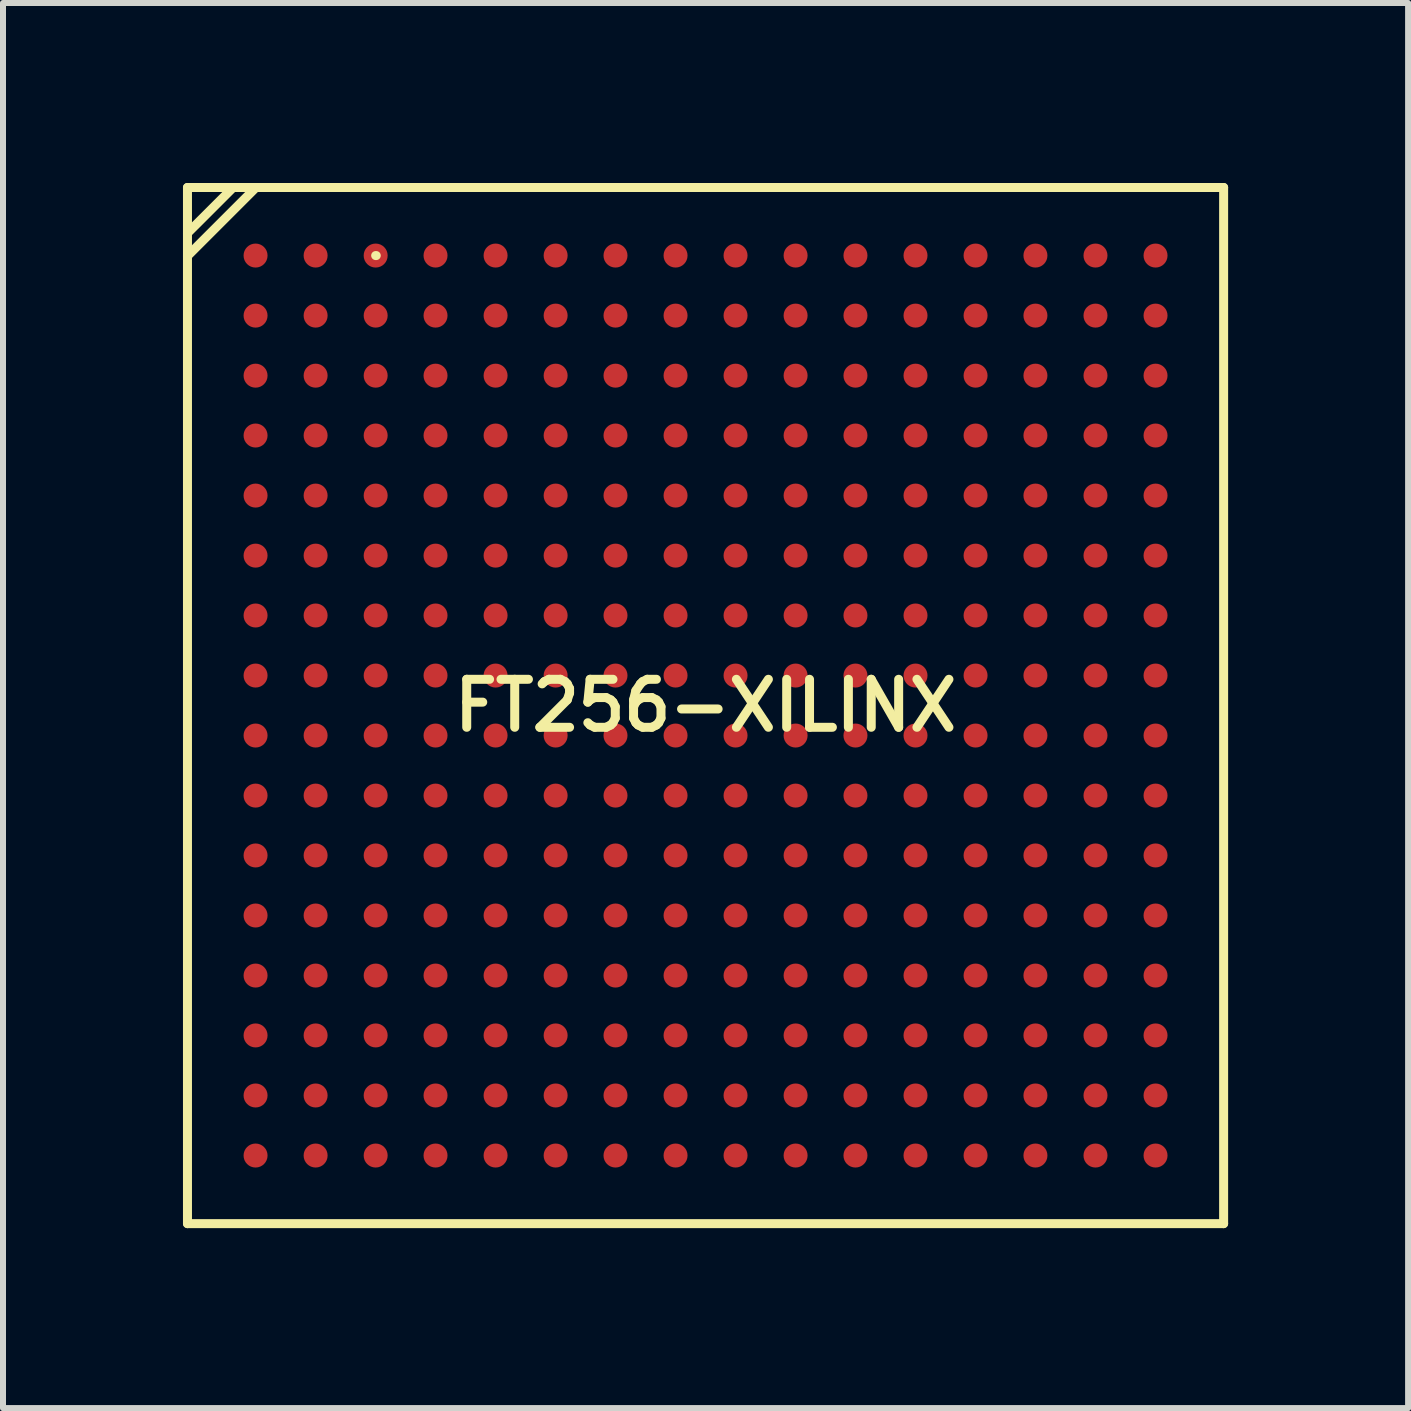
<source format=kicad_pcb>
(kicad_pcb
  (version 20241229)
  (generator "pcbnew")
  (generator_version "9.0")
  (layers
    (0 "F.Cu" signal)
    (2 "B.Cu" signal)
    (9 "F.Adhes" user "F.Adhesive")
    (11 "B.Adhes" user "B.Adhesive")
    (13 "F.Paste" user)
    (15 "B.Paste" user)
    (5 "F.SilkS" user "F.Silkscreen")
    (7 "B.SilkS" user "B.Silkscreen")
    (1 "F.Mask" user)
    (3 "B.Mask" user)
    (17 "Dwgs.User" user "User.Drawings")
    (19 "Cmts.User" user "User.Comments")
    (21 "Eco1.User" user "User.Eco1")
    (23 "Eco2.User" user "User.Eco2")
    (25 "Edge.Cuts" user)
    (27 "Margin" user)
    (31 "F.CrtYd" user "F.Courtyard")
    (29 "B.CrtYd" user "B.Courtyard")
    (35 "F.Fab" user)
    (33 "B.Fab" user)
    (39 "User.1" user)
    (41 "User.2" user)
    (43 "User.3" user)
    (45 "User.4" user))
  (footprint "FT256-XILINX"
    (layer "F.Cu")
    (at 8.711 8.711)
    (property "Reference" "FT256-XILINX" (at 0 0 0) (layer "F.SilkS") (effects (font (size 0.8 0.8) (thickness 0.15))))
    (attr smd)
    (fp_line (start -8.636 -8.636) (end 8.636 -8.636) (stroke (width 0.15) (type solid)) (layer "F.SilkS"))
    (fp_line (start -8.636 -7.874) (end -7.874 -8.636) (stroke (width 0.15) (type solid)) (layer "F.SilkS"))
    (fp_line (start -8.636 -7.493) (end -7.493 -8.636) (stroke (width 0.15) (type solid)) (layer "F.SilkS"))
    (fp_line (start -8.636 8.636) (end -8.636 -8.636) (stroke (width 0.15) (type solid)) (layer "F.SilkS"))
    (fp_line (start -5.499 -7.501) (end -5.489 -7.501) (stroke (width 0.15) (type solid)) (layer "F.SilkS"))
    (fp_line (start 8.636 -8.636) (end 8.636 8.636) (stroke (width 0.15) (type solid)) (layer "F.SilkS"))
    (fp_line (start 8.636 8.636) (end -8.636 8.636) (stroke (width 0.15) (type solid)) (layer "F.SilkS"))
    (pad "A1" smd circle (at -7.501 -7.501) (size 0.4 0.4) (layers "F.Cu" "F.Mask" "F.Paste"))
    (pad "A2" smd circle (at -6.5 -7.501) (size 0.4 0.4) (layers "F.Cu" "F.Mask" "F.Paste"))
    (pad "A3" smd circle (at -5.499 -7.501) (size 0.4 0.4) (layers "F.Cu" "F.Mask" "F.Paste"))
    (pad "A4" smd circle (at -4.501 -7.501) (size 0.4 0.4) (layers "F.Cu" "F.Mask" "F.Paste"))
    (pad "A5" smd circle (at -3.5 -7.501) (size 0.4 0.4) (layers "F.Cu" "F.Mask" "F.Paste"))
    (pad "A6" smd circle (at -2.499 -7.501) (size 0.4 0.4) (layers "F.Cu" "F.Mask" "F.Paste"))
    (pad "A7" smd circle (at -1.501 -7.501) (size 0.4 0.4) (layers "F.Cu" "F.Mask" "F.Paste"))
    (pad "A8" smd circle (at -0.5 -7.501) (size 0.4 0.4) (layers "F.Cu" "F.Mask" "F.Paste"))
    (pad "A9" smd circle (at 0.5 -7.501) (size 0.4 0.4) (layers "F.Cu" "F.Mask" "F.Paste"))
    (pad "A10" smd circle (at 1.501 -7.501) (size 0.4 0.4) (layers "F.Cu" "F.Mask" "F.Paste"))
    (pad "A11" smd circle (at 2.499 -7.501) (size 0.4 0.4) (layers "F.Cu" "F.Mask" "F.Paste"))
    (pad "A12" smd circle (at 3.5 -7.501) (size 0.4 0.4) (layers "F.Cu" "F.Mask" "F.Paste"))
    (pad "A13" smd circle (at 4.501 -7.501) (size 0.4 0.4) (layers "F.Cu" "F.Mask" "F.Paste"))
    (pad "A14" smd circle (at 5.499 -7.501) (size 0.4 0.4) (layers "F.Cu" "F.Mask" "F.Paste"))
    (pad "A15" smd circle (at 6.5 -7.501) (size 0.4 0.4) (layers "F.Cu" "F.Mask" "F.Paste"))
    (pad "A16" smd circle (at 7.501 -7.501) (size 0.4 0.4) (layers "F.Cu" "F.Mask" "F.Paste"))
    (pad "B1" smd circle (at -7.501 -6.5) (size 0.4 0.4) (layers "F.Cu" "F.Mask" "F.Paste"))
    (pad "B2" smd circle (at -6.5 -6.5) (size 0.4 0.4) (layers "F.Cu" "F.Mask" "F.Paste"))
    (pad "B3" smd circle (at -5.499 -6.5) (size 0.4 0.4) (layers "F.Cu" "F.Mask" "F.Paste"))
    (pad "B4" smd circle (at -4.501 -6.5) (size 0.4 0.4) (layers "F.Cu" "F.Mask" "F.Paste"))
    (pad "B5" smd circle (at -3.5 -6.5) (size 0.4 0.4) (layers "F.Cu" "F.Mask" "F.Paste"))
    (pad "B6" smd circle (at -2.499 -6.5) (size 0.4 0.4) (layers "F.Cu" "F.Mask" "F.Paste"))
    (pad "B7" smd circle (at -1.501 -6.5) (size 0.4 0.4) (layers "F.Cu" "F.Mask" "F.Paste"))
    (pad "B8" smd circle (at -0.5 -6.5) (size 0.4 0.4) (layers "F.Cu" "F.Mask" "F.Paste"))
    (pad "B9" smd circle (at 0.5 -6.5) (size 0.4 0.4) (layers "F.Cu" "F.Mask" "F.Paste"))
    (pad "B10" smd circle (at 1.501 -6.5) (size 0.4 0.4) (layers "F.Cu" "F.Mask" "F.Paste"))
    (pad "B11" smd circle (at 2.499 -6.5) (size 0.4 0.4) (layers "F.Cu" "F.Mask" "F.Paste"))
    (pad "B12" smd circle (at 3.5 -6.5) (size 0.4 0.4) (layers "F.Cu" "F.Mask" "F.Paste"))
    (pad "B13" smd circle (at 4.501 -6.5) (size 0.4 0.4) (layers "F.Cu" "F.Mask" "F.Paste"))
    (pad "B14" smd circle (at 5.499 -6.5) (size 0.4 0.4) (layers "F.Cu" "F.Mask" "F.Paste"))
    (pad "B15" smd circle (at 6.5 -6.5) (size 0.4 0.4) (layers "F.Cu" "F.Mask" "F.Paste"))
    (pad "B16" smd circle (at 7.501 -6.5) (size 0.4 0.4) (layers "F.Cu" "F.Mask" "F.Paste"))
    (pad "C1" smd circle (at -7.501 -5.499) (size 0.4 0.4) (layers "F.Cu" "F.Mask" "F.Paste"))
    (pad "C2" smd circle (at -6.5 -5.499) (size 0.4 0.4) (layers "F.Cu" "F.Mask" "F.Paste"))
    (pad "C3" smd circle (at -5.499 -5.499) (size 0.4 0.4) (layers "F.Cu" "F.Mask" "F.Paste"))
    (pad "C4" smd circle (at -4.501 -5.499) (size 0.4 0.4) (layers "F.Cu" "F.Mask" "F.Paste"))
    (pad "C5" smd circle (at -3.5 -5.499) (size 0.4 0.4) (layers "F.Cu" "F.Mask" "F.Paste"))
    (pad "C6" smd circle (at -2.499 -5.499) (size 0.4 0.4) (layers "F.Cu" "F.Mask" "F.Paste"))
    (pad "C7" smd circle (at -1.501 -5.499) (size 0.4 0.4) (layers "F.Cu" "F.Mask" "F.Paste"))
    (pad "C8" smd circle (at -0.5 -5.499) (size 0.4 0.4) (layers "F.Cu" "F.Mask" "F.Paste"))
    (pad "C9" smd circle (at 0.5 -5.499) (size 0.4 0.4) (layers "F.Cu" "F.Mask" "F.Paste"))
    (pad "C10" smd circle (at 1.501 -5.499) (size 0.4 0.4) (layers "F.Cu" "F.Mask" "F.Paste"))
    (pad "C11" smd circle (at 2.499 -5.499) (size 0.4 0.4) (layers "F.Cu" "F.Mask" "F.Paste"))
    (pad "C12" smd circle (at 3.5 -5.499) (size 0.4 0.4) (layers "F.Cu" "F.Mask" "F.Paste"))
    (pad "C13" smd circle (at 4.501 -5.499) (size 0.4 0.4) (layers "F.Cu" "F.Mask" "F.Paste"))
    (pad "C14" smd circle (at 5.499 -5.499) (size 0.4 0.4) (layers "F.Cu" "F.Mask" "F.Paste"))
    (pad "C15" smd circle (at 6.5 -5.499) (size 0.4 0.4) (layers "F.Cu" "F.Mask" "F.Paste"))
    (pad "C16" smd circle (at 7.501 -5.499) (size 0.4 0.4) (layers "F.Cu" "F.Mask" "F.Paste"))
    (pad "D1" smd circle (at -7.501 -4.501) (size 0.4 0.4) (layers "F.Cu" "F.Mask" "F.Paste"))
    (pad "D2" smd circle (at -6.5 -4.501) (size 0.4 0.4) (layers "F.Cu" "F.Mask" "F.Paste"))
    (pad "D3" smd circle (at -5.499 -4.501) (size 0.4 0.4) (layers "F.Cu" "F.Mask" "F.Paste"))
    (pad "D4" smd circle (at -4.501 -4.501) (size 0.4 0.4) (layers "F.Cu" "F.Mask" "F.Paste"))
    (pad "D5" smd circle (at -3.5 -4.501) (size 0.4 0.4) (layers "F.Cu" "F.Mask" "F.Paste"))
    (pad "D6" smd circle (at -2.499 -4.501) (size 0.4 0.4) (layers "F.Cu" "F.Mask" "F.Paste"))
    (pad "D7" smd circle (at -1.501 -4.501) (size 0.4 0.4) (layers "F.Cu" "F.Mask" "F.Paste"))
    (pad "D8" smd circle (at -0.5 -4.501) (size 0.4 0.4) (layers "F.Cu" "F.Mask" "F.Paste"))
    (pad "D9" smd circle (at 0.5 -4.501) (size 0.4 0.4) (layers "F.Cu" "F.Mask" "F.Paste"))
    (pad "D10" smd circle (at 1.501 -4.501) (size 0.4 0.4) (layers "F.Cu" "F.Mask" "F.Paste"))
    (pad "D11" smd circle (at 2.499 -4.501) (size 0.4 0.4) (layers "F.Cu" "F.Mask" "F.Paste"))
    (pad "D12" smd circle (at 3.5 -4.501) (size 0.4 0.4) (layers "F.Cu" "F.Mask" "F.Paste"))
    (pad "D13" smd circle (at 4.501 -4.501) (size 0.4 0.4) (layers "F.Cu" "F.Mask" "F.Paste"))
    (pad "D14" smd circle (at 5.499 -4.501) (size 0.4 0.4) (layers "F.Cu" "F.Mask" "F.Paste"))
    (pad "D15" smd circle (at 6.5 -4.501) (size 0.4 0.4) (layers "F.Cu" "F.Mask" "F.Paste"))
    (pad "D16" smd circle (at 7.501 -4.501) (size 0.4 0.4) (layers "F.Cu" "F.Mask" "F.Paste"))
    (pad "E1" smd circle (at -7.501 -3.5) (size 0.4 0.4) (layers "F.Cu" "F.Mask" "F.Paste"))
    (pad "E2" smd circle (at -6.5 -3.5) (size 0.4 0.4) (layers "F.Cu" "F.Mask" "F.Paste"))
    (pad "E3" smd circle (at -5.499 -3.5) (size 0.4 0.4) (layers "F.Cu" "F.Mask" "F.Paste"))
    (pad "E4" smd circle (at -4.501 -3.5) (size 0.4 0.4) (layers "F.Cu" "F.Mask" "F.Paste"))
    (pad "E5" smd circle (at -3.5 -3.5) (size 0.4 0.4) (layers "F.Cu" "F.Mask" "F.Paste"))
    (pad "E6" smd circle (at -2.499 -3.5) (size 0.4 0.4) (layers "F.Cu" "F.Mask" "F.Paste"))
    (pad "E7" smd circle (at -1.501 -3.5) (size 0.4 0.4) (layers "F.Cu" "F.Mask" "F.Paste"))
    (pad "E8" smd circle (at -0.5 -3.5) (size 0.4 0.4) (layers "F.Cu" "F.Mask" "F.Paste"))
    (pad "E9" smd circle (at 0.5 -3.5) (size 0.4 0.4) (layers "F.Cu" "F.Mask" "F.Paste"))
    (pad "E10" smd circle (at 1.501 -3.5) (size 0.4 0.4) (layers "F.Cu" "F.Mask" "F.Paste"))
    (pad "E11" smd circle (at 2.499 -3.5) (size 0.4 0.4) (layers "F.Cu" "F.Mask" "F.Paste"))
    (pad "E12" smd circle (at 3.5 -3.5) (size 0.4 0.4) (layers "F.Cu" "F.Mask" "F.Paste"))
    (pad "E13" smd circle (at 4.501 -3.5) (size 0.4 0.4) (layers "F.Cu" "F.Mask" "F.Paste"))
    (pad "E14" smd circle (at 5.499 -3.5) (size 0.4 0.4) (layers "F.Cu" "F.Mask" "F.Paste"))
    (pad "E15" smd circle (at 6.5 -3.5) (size 0.4 0.4) (layers "F.Cu" "F.Mask" "F.Paste"))
    (pad "E16" smd circle (at 7.501 -3.5) (size 0.4 0.4) (layers "F.Cu" "F.Mask" "F.Paste"))
    (pad "F1" smd circle (at -7.501 -2.499) (size 0.4 0.4) (layers "F.Cu" "F.Mask" "F.Paste"))
    (pad "F2" smd circle (at -6.5 -2.499) (size 0.4 0.4) (layers "F.Cu" "F.Mask" "F.Paste"))
    (pad "F3" smd circle (at -5.499 -2.499) (size 0.4 0.4) (layers "F.Cu" "F.Mask" "F.Paste"))
    (pad "F4" smd circle (at -4.501 -2.499) (size 0.4 0.4) (layers "F.Cu" "F.Mask" "F.Paste"))
    (pad "F5" smd circle (at -3.5 -2.499) (size 0.4 0.4) (layers "F.Cu" "F.Mask" "F.Paste"))
    (pad "F6" smd circle (at -2.499 -2.499) (size 0.4 0.4) (layers "F.Cu" "F.Mask" "F.Paste"))
    (pad "F7" smd circle (at -1.501 -2.499) (size 0.4 0.4) (layers "F.Cu" "F.Mask" "F.Paste"))
    (pad "F8" smd circle (at -0.5 -2.499) (size 0.4 0.4) (layers "F.Cu" "F.Mask" "F.Paste"))
    (pad "F9" smd circle (at 0.5 -2.499) (size 0.4 0.4) (layers "F.Cu" "F.Mask" "F.Paste"))
    (pad "F10" smd circle (at 1.501 -2.499) (size 0.4 0.4) (layers "F.Cu" "F.Mask" "F.Paste"))
    (pad "F11" smd circle (at 2.499 -2.499) (size 0.4 0.4) (layers "F.Cu" "F.Mask" "F.Paste"))
    (pad "F12" smd circle (at 3.5 -2.499) (size 0.4 0.4) (layers "F.Cu" "F.Mask" "F.Paste"))
    (pad "F13" smd circle (at 4.501 -2.499) (size 0.4 0.4) (layers "F.Cu" "F.Mask" "F.Paste"))
    (pad "F14" smd circle (at 5.499 -2.499) (size 0.4 0.4) (layers "F.Cu" "F.Mask" "F.Paste"))
    (pad "F15" smd circle (at 6.5 -2.499) (size 0.4 0.4) (layers "F.Cu" "F.Mask" "F.Paste"))
    (pad "F16" smd circle (at 7.501 -2.499) (size 0.4 0.4) (layers "F.Cu" "F.Mask" "F.Paste"))
    (pad "G1" smd circle (at -7.501 -1.501) (size 0.4 0.4) (layers "F.Cu" "F.Mask" "F.Paste"))
    (pad "G2" smd circle (at -6.5 -1.501) (size 0.4 0.4) (layers "F.Cu" "F.Mask" "F.Paste"))
    (pad "G3" smd circle (at -5.499 -1.501) (size 0.4 0.4) (layers "F.Cu" "F.Mask" "F.Paste"))
    (pad "G4" smd circle (at -4.501 -1.501) (size 0.4 0.4) (layers "F.Cu" "F.Mask" "F.Paste"))
    (pad "G5" smd circle (at -3.5 -1.501) (size 0.4 0.4) (layers "F.Cu" "F.Mask" "F.Paste"))
    (pad "G6" smd circle (at -2.499 -1.501) (size 0.4 0.4) (layers "F.Cu" "F.Mask" "F.Paste"))
    (pad "G7" smd circle (at -1.501 -1.501) (size 0.4 0.4) (layers "F.Cu" "F.Mask" "F.Paste"))
    (pad "G8" smd circle (at -0.5 -1.501) (size 0.4 0.4) (layers "F.Cu" "F.Mask" "F.Paste"))
    (pad "G9" smd circle (at 0.5 -1.501) (size 0.4 0.4) (layers "F.Cu" "F.Mask" "F.Paste"))
    (pad "G10" smd circle (at 1.501 -1.501) (size 0.4 0.4) (layers "F.Cu" "F.Mask" "F.Paste"))
    (pad "G11" smd circle (at 2.499 -1.501) (size 0.4 0.4) (layers "F.Cu" "F.Mask" "F.Paste"))
    (pad "G12" smd circle (at 3.5 -1.501) (size 0.4 0.4) (layers "F.Cu" "F.Mask" "F.Paste"))
    (pad "G13" smd circle (at 4.501 -1.501) (size 0.4 0.4) (layers "F.Cu" "F.Mask" "F.Paste"))
    (pad "G14" smd circle (at 5.499 -1.501) (size 0.4 0.4) (layers "F.Cu" "F.Mask" "F.Paste"))
    (pad "G15" smd circle (at 6.5 -1.501) (size 0.4 0.4) (layers "F.Cu" "F.Mask" "F.Paste"))
    (pad "G16" smd circle (at 7.501 -1.501) (size 0.4 0.4) (layers "F.Cu" "F.Mask" "F.Paste"))
    (pad "H1" smd circle (at -7.501 -0.5) (size 0.4 0.4) (layers "F.Cu" "F.Mask" "F.Paste"))
    (pad "H2" smd circle (at -6.5 -0.5) (size 0.4 0.4) (layers "F.Cu" "F.Mask" "F.Paste"))
    (pad "H3" smd circle (at -5.499 -0.5) (size 0.4 0.4) (layers "F.Cu" "F.Mask" "F.Paste"))
    (pad "H4" smd circle (at -4.501 -0.5) (size 0.4 0.4) (layers "F.Cu" "F.Mask" "F.Paste"))
    (pad "H5" smd circle (at -3.5 -0.5) (size 0.4 0.4) (layers "F.Cu" "F.Mask" "F.Paste"))
    (pad "H6" smd circle (at -2.499 -0.5) (size 0.4 0.4) (layers "F.Cu" "F.Mask" "F.Paste"))
    (pad "H7" smd circle (at -1.501 -0.5) (size 0.4 0.4) (layers "F.Cu" "F.Mask" "F.Paste"))
    (pad "H8" smd circle (at -0.5 -0.5) (size 0.4 0.4) (layers "F.Cu" "F.Mask" "F.Paste"))
    (pad "H9" smd circle (at 0.5 -0.5) (size 0.4 0.4) (layers "F.Cu" "F.Mask" "F.Paste"))
    (pad "H10" smd circle (at 1.501 -0.5) (size 0.4 0.4) (layers "F.Cu" "F.Mask" "F.Paste"))
    (pad "H11" smd circle (at 2.499 -0.5) (size 0.4 0.4) (layers "F.Cu" "F.Mask" "F.Paste"))
    (pad "H12" smd circle (at 3.5 -0.5) (size 0.4 0.4) (layers "F.Cu" "F.Mask" "F.Paste"))
    (pad "H13" smd circle (at 4.501 -0.5) (size 0.4 0.4) (layers "F.Cu" "F.Mask" "F.Paste"))
    (pad "H14" smd circle (at 5.499 -0.5) (size 0.4 0.4) (layers "F.Cu" "F.Mask" "F.Paste"))
    (pad "H15" smd circle (at 6.5 -0.5) (size 0.4 0.4) (layers "F.Cu" "F.Mask" "F.Paste"))
    (pad "H16" smd circle (at 7.501 -0.5) (size 0.4 0.4) (layers "F.Cu" "F.Mask" "F.Paste"))
    (pad "J1" smd circle (at -7.501 0.5) (size 0.4 0.4) (layers "F.Cu" "F.Mask" "F.Paste"))
    (pad "J2" smd circle (at -6.5 0.5) (size 0.4 0.4) (layers "F.Cu" "F.Mask" "F.Paste"))
    (pad "J3" smd circle (at -5.499 0.5) (size 0.4 0.4) (layers "F.Cu" "F.Mask" "F.Paste"))
    (pad "J4" smd circle (at -4.501 0.5) (size 0.4 0.4) (layers "F.Cu" "F.Mask" "F.Paste"))
    (pad "J5" smd circle (at -3.5 0.5) (size 0.4 0.4) (layers "F.Cu" "F.Mask" "F.Paste"))
    (pad "J6" smd circle (at -2.499 0.5) (size 0.4 0.4) (layers "F.Cu" "F.Mask" "F.Paste"))
    (pad "J7" smd circle (at -1.501 0.5) (size 0.4 0.4) (layers "F.Cu" "F.Mask" "F.Paste"))
    (pad "J8" smd circle (at -0.5 0.5) (size 0.4 0.4) (layers "F.Cu" "F.Mask" "F.Paste"))
    (pad "J9" smd circle (at 0.5 0.5) (size 0.4 0.4) (layers "F.Cu" "F.Mask" "F.Paste"))
    (pad "J10" smd circle (at 1.501 0.5) (size 0.4 0.4) (layers "F.Cu" "F.Mask" "F.Paste"))
    (pad "J11" smd circle (at 2.499 0.5) (size 0.4 0.4) (layers "F.Cu" "F.Mask" "F.Paste"))
    (pad "J12" smd circle (at 3.5 0.5) (size 0.4 0.4) (layers "F.Cu" "F.Mask" "F.Paste"))
    (pad "J13" smd circle (at 4.501 0.5) (size 0.4 0.4) (layers "F.Cu" "F.Mask" "F.Paste"))
    (pad "J14" smd circle (at 5.499 0.5) (size 0.4 0.4) (layers "F.Cu" "F.Mask" "F.Paste"))
    (pad "J15" smd circle (at 6.5 0.5) (size 0.4 0.4) (layers "F.Cu" "F.Mask" "F.Paste"))
    (pad "J16" smd circle (at 7.501 0.5) (size 0.4 0.4) (layers "F.Cu" "F.Mask" "F.Paste"))
    (pad "K1" smd circle (at -7.501 1.501) (size 0.4 0.4) (layers "F.Cu" "F.Mask" "F.Paste"))
    (pad "K2" smd circle (at -6.5 1.501) (size 0.4 0.4) (layers "F.Cu" "F.Mask" "F.Paste"))
    (pad "K3" smd circle (at -5.499 1.501) (size 0.4 0.4) (layers "F.Cu" "F.Mask" "F.Paste"))
    (pad "K4" smd circle (at -4.501 1.501) (size 0.4 0.4) (layers "F.Cu" "F.Mask" "F.Paste"))
    (pad "K5" smd circle (at -3.5 1.501) (size 0.4 0.4) (layers "F.Cu" "F.Mask" "F.Paste"))
    (pad "K6" smd circle (at -2.499 1.501) (size 0.4 0.4) (layers "F.Cu" "F.Mask" "F.Paste"))
    (pad "K7" smd circle (at -1.501 1.501) (size 0.4 0.4) (layers "F.Cu" "F.Mask" "F.Paste"))
    (pad "K8" smd circle (at -0.5 1.501) (size 0.4 0.4) (layers "F.Cu" "F.Mask" "F.Paste"))
    (pad "K9" smd circle (at 0.5 1.501) (size 0.4 0.4) (layers "F.Cu" "F.Mask" "F.Paste"))
    (pad "K10" smd circle (at 1.501 1.501) (size 0.4 0.4) (layers "F.Cu" "F.Mask" "F.Paste"))
    (pad "K11" smd circle (at 2.499 1.501) (size 0.4 0.4) (layers "F.Cu" "F.Mask" "F.Paste"))
    (pad "K12" smd circle (at 3.5 1.501) (size 0.4 0.4) (layers "F.Cu" "F.Mask" "F.Paste"))
    (pad "K13" smd circle (at 4.501 1.501) (size 0.4 0.4) (layers "F.Cu" "F.Mask" "F.Paste"))
    (pad "K14" smd circle (at 5.499 1.501) (size 0.4 0.4) (layers "F.Cu" "F.Mask" "F.Paste"))
    (pad "K15" smd circle (at 6.5 1.501) (size 0.4 0.4) (layers "F.Cu" "F.Mask" "F.Paste"))
    (pad "K16" smd circle (at 7.501 1.501) (size 0.4 0.4) (layers "F.Cu" "F.Mask" "F.Paste"))
    (pad "L1" smd circle (at -7.501 2.499) (size 0.4 0.4) (layers "F.Cu" "F.Mask" "F.Paste"))
    (pad "L2" smd circle (at -6.5 2.499) (size 0.4 0.4) (layers "F.Cu" "F.Mask" "F.Paste"))
    (pad "L3" smd circle (at -5.499 2.499) (size 0.4 0.4) (layers "F.Cu" "F.Mask" "F.Paste"))
    (pad "L4" smd circle (at -4.501 2.499) (size 0.4 0.4) (layers "F.Cu" "F.Mask" "F.Paste"))
    (pad "L5" smd circle (at -3.5 2.499) (size 0.4 0.4) (layers "F.Cu" "F.Mask" "F.Paste"))
    (pad "L6" smd circle (at -2.499 2.499) (size 0.4 0.4) (layers "F.Cu" "F.Mask" "F.Paste"))
    (pad "L7" smd circle (at -1.501 2.499) (size 0.4 0.4) (layers "F.Cu" "F.Mask" "F.Paste"))
    (pad "L8" smd circle (at -0.5 2.499) (size 0.4 0.4) (layers "F.Cu" "F.Mask" "F.Paste"))
    (pad "L9" smd circle (at 0.5 2.499) (size 0.4 0.4) (layers "F.Cu" "F.Mask" "F.Paste"))
    (pad "L10" smd circle (at 1.501 2.499) (size 0.4 0.4) (layers "F.Cu" "F.Mask" "F.Paste"))
    (pad "L11" smd circle (at 2.499 2.499) (size 0.4 0.4) (layers "F.Cu" "F.Mask" "F.Paste"))
    (pad "L12" smd circle (at 3.5 2.499) (size 0.4 0.4) (layers "F.Cu" "F.Mask" "F.Paste"))
    (pad "L13" smd circle (at 4.501 2.499) (size 0.4 0.4) (layers "F.Cu" "F.Mask" "F.Paste"))
    (pad "L14" smd circle (at 5.499 2.499) (size 0.4 0.4) (layers "F.Cu" "F.Mask" "F.Paste"))
    (pad "L15" smd circle (at 6.5 2.499) (size 0.4 0.4) (layers "F.Cu" "F.Mask" "F.Paste"))
    (pad "L16" smd circle (at 7.501 2.499) (size 0.4 0.4) (layers "F.Cu" "F.Mask" "F.Paste"))
    (pad "M1" smd circle (at -7.501 3.5) (size 0.4 0.4) (layers "F.Cu" "F.Mask" "F.Paste"))
    (pad "M2" smd circle (at -6.5 3.5) (size 0.4 0.4) (layers "F.Cu" "F.Mask" "F.Paste"))
    (pad "M3" smd circle (at -5.499 3.5) (size 0.4 0.4) (layers "F.Cu" "F.Mask" "F.Paste"))
    (pad "M4" smd circle (at -4.501 3.5) (size 0.4 0.4) (layers "F.Cu" "F.Mask" "F.Paste"))
    (pad "M5" smd circle (at -3.5 3.5) (size 0.4 0.4) (layers "F.Cu" "F.Mask" "F.Paste"))
    (pad "M6" smd circle (at -2.499 3.5) (size 0.4 0.4) (layers "F.Cu" "F.Mask" "F.Paste"))
    (pad "M7" smd circle (at -1.501 3.5) (size 0.4 0.4) (layers "F.Cu" "F.Mask" "F.Paste"))
    (pad "M8" smd circle (at -0.5 3.5) (size 0.4 0.4) (layers "F.Cu" "F.Mask" "F.Paste"))
    (pad "M9" smd circle (at 0.5 3.5) (size 0.4 0.4) (layers "F.Cu" "F.Mask" "F.Paste"))
    (pad "M10" smd circle (at 1.501 3.5) (size 0.4 0.4) (layers "F.Cu" "F.Mask" "F.Paste"))
    (pad "M11" smd circle (at 2.499 3.5) (size 0.4 0.4) (layers "F.Cu" "F.Mask" "F.Paste"))
    (pad "M12" smd circle (at 3.5 3.5) (size 0.4 0.4) (layers "F.Cu" "F.Mask" "F.Paste"))
    (pad "M13" smd circle (at 4.501 3.5) (size 0.4 0.4) (layers "F.Cu" "F.Mask" "F.Paste"))
    (pad "M14" smd circle (at 5.499 3.5) (size 0.4 0.4) (layers "F.Cu" "F.Mask" "F.Paste"))
    (pad "M15" smd circle (at 6.5 3.5) (size 0.4 0.4) (layers "F.Cu" "F.Mask" "F.Paste"))
    (pad "M16" smd circle (at 7.501 3.5) (size 0.4 0.4) (layers "F.Cu" "F.Mask" "F.Paste"))
    (pad "N1" smd circle (at -7.501 4.501) (size 0.4 0.4) (layers "F.Cu" "F.Mask" "F.Paste"))
    (pad "N2" smd circle (at -6.5 4.501) (size 0.4 0.4) (layers "F.Cu" "F.Mask" "F.Paste"))
    (pad "N3" smd circle (at -5.499 4.501) (size 0.4 0.4) (layers "F.Cu" "F.Mask" "F.Paste"))
    (pad "N4" smd circle (at -4.501 4.501) (size 0.4 0.4) (layers "F.Cu" "F.Mask" "F.Paste"))
    (pad "N5" smd circle (at -3.5 4.501) (size 0.4 0.4) (layers "F.Cu" "F.Mask" "F.Paste"))
    (pad "N6" smd circle (at -2.499 4.501) (size 0.4 0.4) (layers "F.Cu" "F.Mask" "F.Paste"))
    (pad "N7" smd circle (at -1.501 4.501) (size 0.4 0.4) (layers "F.Cu" "F.Mask" "F.Paste"))
    (pad "N8" smd circle (at -0.5 4.501) (size 0.4 0.4) (layers "F.Cu" "F.Mask" "F.Paste"))
    (pad "N9" smd circle (at 0.5 4.501) (size 0.4 0.4) (layers "F.Cu" "F.Mask" "F.Paste"))
    (pad "N10" smd circle (at 1.501 4.501) (size 0.4 0.4) (layers "F.Cu" "F.Mask" "F.Paste"))
    (pad "N11" smd circle (at 2.499 4.501) (size 0.4 0.4) (layers "F.Cu" "F.Mask" "F.Paste"))
    (pad "N12" smd circle (at 3.5 4.501) (size 0.4 0.4) (layers "F.Cu" "F.Mask" "F.Paste"))
    (pad "N13" smd circle (at 4.501 4.501) (size 0.4 0.4) (layers "F.Cu" "F.Mask" "F.Paste"))
    (pad "N14" smd circle (at 5.499 4.501) (size 0.4 0.4) (layers "F.Cu" "F.Mask" "F.Paste"))
    (pad "N15" smd circle (at 6.5 4.501) (size 0.4 0.4) (layers "F.Cu" "F.Mask" "F.Paste"))
    (pad "N16" smd circle (at 7.501 4.501) (size 0.4 0.4) (layers "F.Cu" "F.Mask" "F.Paste"))
    (pad "P1" smd circle (at -7.501 5.499) (size 0.4 0.4) (layers "F.Cu" "F.Mask" "F.Paste"))
    (pad "P2" smd circle (at -6.5 5.499) (size 0.4 0.4) (layers "F.Cu" "F.Mask" "F.Paste"))
    (pad "P3" smd circle (at -5.499 5.499) (size 0.4 0.4) (layers "F.Cu" "F.Mask" "F.Paste"))
    (pad "P4" smd circle (at -4.501 5.499) (size 0.4 0.4) (layers "F.Cu" "F.Mask" "F.Paste"))
    (pad "P5" smd circle (at -3.5 5.499) (size 0.4 0.4) (layers "F.Cu" "F.Mask" "F.Paste"))
    (pad "P6" smd circle (at -2.499 5.499) (size 0.4 0.4) (layers "F.Cu" "F.Mask" "F.Paste"))
    (pad "P7" smd circle (at -1.501 5.499) (size 0.4 0.4) (layers "F.Cu" "F.Mask" "F.Paste"))
    (pad "P8" smd circle (at -0.5 5.499) (size 0.4 0.4) (layers "F.Cu" "F.Mask" "F.Paste"))
    (pad "P9" smd circle (at 0.5 5.499) (size 0.4 0.4) (layers "F.Cu" "F.Mask" "F.Paste"))
    (pad "P10" smd circle (at 1.501 5.499) (size 0.4 0.4) (layers "F.Cu" "F.Mask" "F.Paste"))
    (pad "P11" smd circle (at 2.499 5.499) (size 0.4 0.4) (layers "F.Cu" "F.Mask" "F.Paste"))
    (pad "P12" smd circle (at 3.5 5.499) (size 0.4 0.4) (layers "F.Cu" "F.Mask" "F.Paste"))
    (pad "P13" smd circle (at 4.501 5.499) (size 0.4 0.4) (layers "F.Cu" "F.Mask" "F.Paste"))
    (pad "P14" smd circle (at 5.499 5.499) (size 0.4 0.4) (layers "F.Cu" "F.Mask" "F.Paste"))
    (pad "P15" smd circle (at 6.5 5.499) (size 0.4 0.4) (layers "F.Cu" "F.Mask" "F.Paste"))
    (pad "P16" smd circle (at 7.501 5.499) (size 0.4 0.4) (layers "F.Cu" "F.Mask" "F.Paste"))
    (pad "R1" smd circle (at -7.501 6.5) (size 0.4 0.4) (layers "F.Cu" "F.Mask" "F.Paste"))
    (pad "R2" smd circle (at -6.5 6.5) (size 0.4 0.4) (layers "F.Cu" "F.Mask" "F.Paste"))
    (pad "R3" smd circle (at -5.499 6.5) (size 0.4 0.4) (layers "F.Cu" "F.Mask" "F.Paste"))
    (pad "R4" smd circle (at -4.501 6.5) (size 0.4 0.4) (layers "F.Cu" "F.Mask" "F.Paste"))
    (pad "R5" smd circle (at -3.5 6.5) (size 0.4 0.4) (layers "F.Cu" "F.Mask" "F.Paste"))
    (pad "R6" smd circle (at -2.499 6.5) (size 0.4 0.4) (layers "F.Cu" "F.Mask" "F.Paste"))
    (pad "R7" smd circle (at -1.501 6.5) (size 0.4 0.4) (layers "F.Cu" "F.Mask" "F.Paste"))
    (pad "R8" smd circle (at -0.5 6.5) (size 0.4 0.4) (layers "F.Cu" "F.Mask" "F.Paste"))
    (pad "R9" smd circle (at 0.5 6.5) (size 0.4 0.4) (layers "F.Cu" "F.Mask" "F.Paste"))
    (pad "R10" smd circle (at 1.501 6.5) (size 0.4 0.4) (layers "F.Cu" "F.Mask" "F.Paste"))
    (pad "R11" smd circle (at 2.499 6.5) (size 0.4 0.4) (layers "F.Cu" "F.Mask" "F.Paste"))
    (pad "R12" smd circle (at 3.5 6.5) (size 0.4 0.4) (layers "F.Cu" "F.Mask" "F.Paste"))
    (pad "R13" smd circle (at 4.501 6.5) (size 0.4 0.4) (layers "F.Cu" "F.Mask" "F.Paste"))
    (pad "R14" smd circle (at 5.499 6.5) (size 0.4 0.4) (layers "F.Cu" "F.Mask" "F.Paste"))
    (pad "R15" smd circle (at 6.5 6.5) (size 0.4 0.4) (layers "F.Cu" "F.Mask" "F.Paste"))
    (pad "R16" smd circle (at 7.501 6.5) (size 0.4 0.4) (layers "F.Cu" "F.Mask" "F.Paste"))
    (pad "T1" smd circle (at -7.501 7.501) (size 0.4 0.4) (layers "F.Cu" "F.Mask" "F.Paste"))
    (pad "T2" smd circle (at -6.5 7.501) (size 0.4 0.4) (layers "F.Cu" "F.Mask" "F.Paste"))
    (pad "T3" smd circle (at -5.499 7.501) (size 0.4 0.4) (layers "F.Cu" "F.Mask" "F.Paste"))
    (pad "T4" smd circle (at -4.501 7.501) (size 0.4 0.4) (layers "F.Cu" "F.Mask" "F.Paste"))
    (pad "T5" smd circle (at -3.5 7.501) (size 0.4 0.4) (layers "F.Cu" "F.Mask" "F.Paste"))
    (pad "T6" smd circle (at -2.499 7.501) (size 0.4 0.4) (layers "F.Cu" "F.Mask" "F.Paste"))
    (pad "T7" smd circle (at -1.501 7.501) (size 0.4 0.4) (layers "F.Cu" "F.Mask" "F.Paste"))
    (pad "T8" smd circle (at -0.5 7.501) (size 0.4 0.4) (layers "F.Cu" "F.Mask" "F.Paste"))
    (pad "T9" smd circle (at 0.5 7.501) (size 0.4 0.4) (layers "F.Cu" "F.Mask" "F.Paste"))
    (pad "T10" smd circle (at 1.501 7.501) (size 0.4 0.4) (layers "F.Cu" "F.Mask" "F.Paste"))
    (pad "T11" smd circle (at 2.499 7.501) (size 0.4 0.4) (layers "F.Cu" "F.Mask" "F.Paste"))
    (pad "T12" smd circle (at 3.5 7.501) (size 0.4 0.4) (layers "F.Cu" "F.Mask" "F.Paste"))
    (pad "T13" smd circle (at 4.501 7.501) (size 0.4 0.4) (layers "F.Cu" "F.Mask" "F.Paste"))
    (pad "T14" smd circle (at 5.499 7.501) (size 0.4 0.4) (layers "F.Cu" "F.Mask" "F.Paste"))
    (pad "T15" smd circle (at 6.5 7.501) (size 0.4 0.4) (layers "F.Cu" "F.Mask" "F.Paste"))
    (pad "T16" smd circle (at 7.501 7.501) (size 0.4 0.4) (layers "F.Cu" "F.Mask" "F.Paste")))
  (gr_rect
    (start -3 -3)
    (end 20.422 20.422)
    (stroke (width 0.1) (type default))
    (fill no)
    (layer "Edge.Cuts")))
</source>
